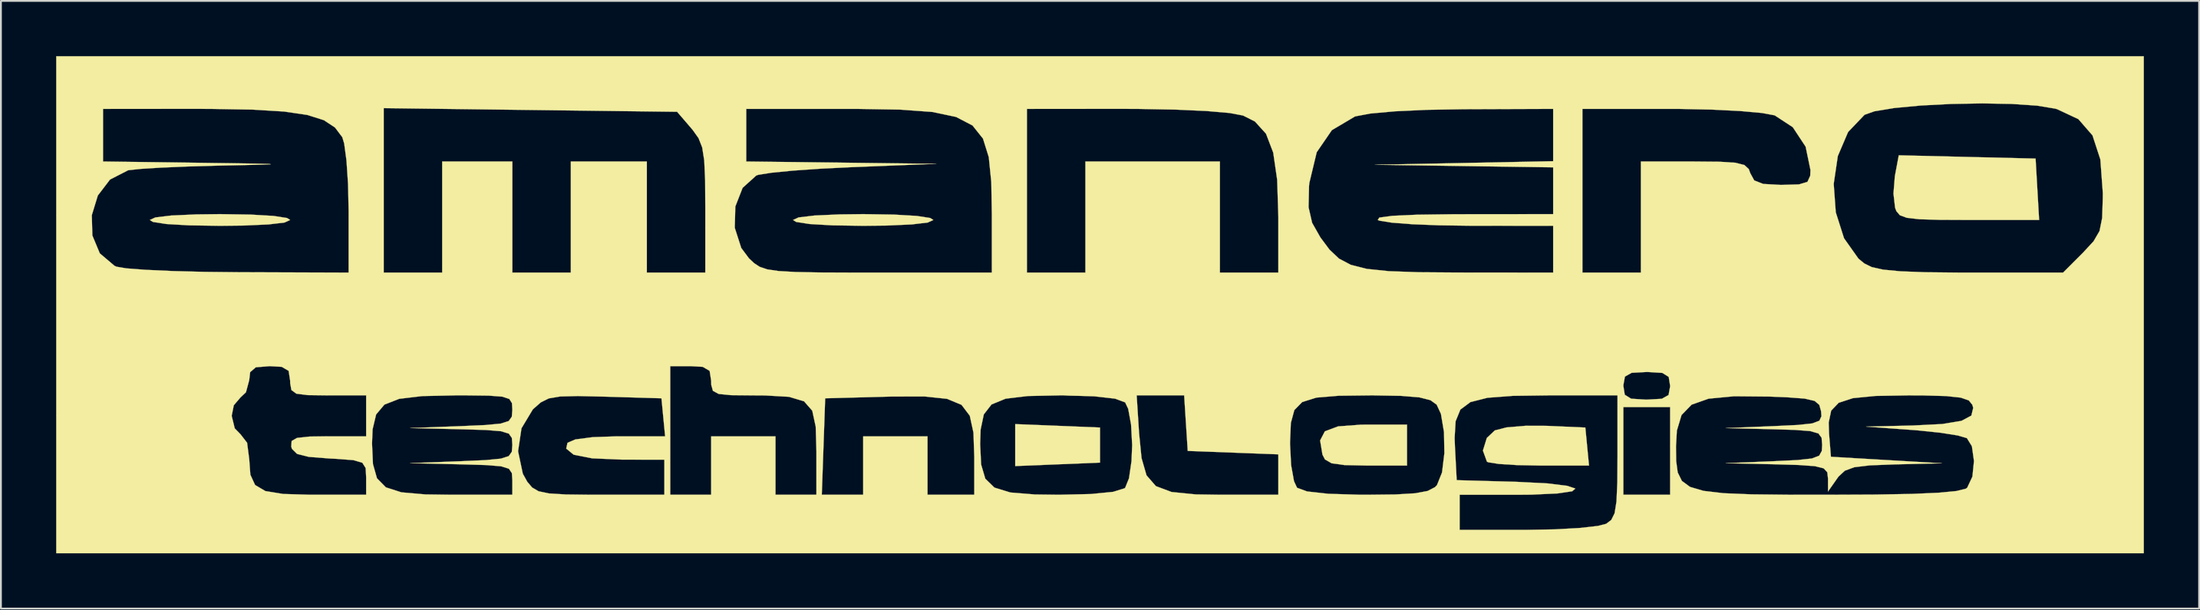
<source format=kicad_pcb>
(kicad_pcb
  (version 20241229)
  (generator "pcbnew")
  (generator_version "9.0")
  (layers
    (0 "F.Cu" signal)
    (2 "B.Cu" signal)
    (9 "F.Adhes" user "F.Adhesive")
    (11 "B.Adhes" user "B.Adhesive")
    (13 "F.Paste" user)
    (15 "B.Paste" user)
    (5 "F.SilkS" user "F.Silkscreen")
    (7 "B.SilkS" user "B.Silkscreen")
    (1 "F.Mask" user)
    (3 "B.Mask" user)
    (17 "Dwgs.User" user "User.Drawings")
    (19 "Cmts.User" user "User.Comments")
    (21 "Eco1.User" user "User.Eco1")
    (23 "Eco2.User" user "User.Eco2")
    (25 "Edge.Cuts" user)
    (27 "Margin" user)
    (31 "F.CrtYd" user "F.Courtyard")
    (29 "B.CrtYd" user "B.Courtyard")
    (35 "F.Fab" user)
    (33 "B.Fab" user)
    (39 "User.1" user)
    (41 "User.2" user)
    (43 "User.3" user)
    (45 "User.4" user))
  (footprint "AmaneoLogoInv"
    (layer "F.Cu")
    (at 56.52 13.34)
    (property "Reference" "AmaneoLogoInv" (at 0 0 0) (layer "F.SilkS") (effects (font (size 1.524 1.524) (thickness 0.3))))
    (attr through_hole)
    (fp_poly (pts (xy 0.159 6.826) (xy 0.159 8.731) (xy -2.143 8.825) (xy -4.445 8.918) (xy -4.445 6.64) (xy 0.159 6.826)) (stroke (width 0.01) (type solid)) (fill yes) (layer "F.SilkS"))
    (fp_poly (pts (xy 16.828 8.89) (xy 14.626 8.89) (xy 13.435 8.865) (xy 12.732 8.767) (xy 12.372 8.558) (xy 12.238 8.3) (xy 12.11 7.527) (xy 12.368 7.031) (xy 13.085 6.763) (xy 14.337 6.67) (xy 14.639 6.668) (xy 16.828 6.668) (xy 16.828 8.89)) (stroke (width 0.01) (type solid)) (fill yes) (layer "F.SilkS"))
    (fp_poly (pts (xy 24.374 6.733) (xy 26.511 6.826) (xy 26.71 8.89) (xy 24.044 8.89) (xy 22.799 8.866) (xy 21.809 8.803) (xy 21.237 8.713) (xy 21.167 8.678) (xy 20.949 8.078) (xy 21.161 7.393) (xy 21.596 6.982) (xy 22.236 6.818) (xy 23.273 6.73) (xy 24.374 6.733)) (stroke (width 0.01) (type solid)) (fill yes) (layer "F.SilkS"))
    (fp_poly (pts (xy 47.244 -7.868) (xy 50.959 -7.779) (xy 51.151 -4.445) (xy 47.345 -4.445) (xy 45.733 -4.452) (xy 44.644 -4.485) (xy 43.967 -4.562) (xy 43.59 -4.701) (xy 43.401 -4.922) (xy 43.33 -5.108) (xy 43.242 -5.878) (xy 43.318 -6.828) (xy 43.325 -6.864) (xy 43.53 -7.957) (xy 47.244 -7.868)) (stroke (width 0.01) (type solid)) (fill yes) (layer "F.SilkS"))
    (fp_poly (pts (xy -45.953 -4.737) (xy -44.715 -4.665) (xy -43.985 -4.552) (xy -43.815 -4.445) (xy -44.12 -4.306) (xy -44.987 -4.203) (xy -46.343 -4.142) (xy -47.625 -4.128) (xy -49.297 -4.153) (xy -50.535 -4.225) (xy -51.265 -4.338) (xy -51.435 -4.445) (xy -51.13 -4.584) (xy -50.263 -4.687) (xy -48.907 -4.748) (xy -47.625 -4.763) (xy -45.953 -4.737)) (stroke (width 0.01) (type solid)) (fill yes) (layer "F.SilkS"))
    (fp_poly (pts (xy -11.028 -4.737) (xy -9.79 -4.665) (xy -9.06 -4.552) (xy -8.89 -4.445) (xy -9.195 -4.306) (xy -10.062 -4.203) (xy -11.418 -4.142) (xy -12.7 -4.128) (xy -14.372 -4.153) (xy -15.61 -4.225) (xy -16.34 -4.338) (xy -16.51 -4.445) (xy -16.205 -4.584) (xy -15.338 -4.687) (xy -13.982 -4.748) (xy -12.7 -4.763) (xy -11.028 -4.737)) (stroke (width 0.01) (type solid)) (fill yes) (layer "F.SilkS"))
    (fp_poly (pts (xy 56.833 13.652) (xy -56.515 13.652) (xy -56.515 6.191) (xy -46.99 6.191) (xy -46.824 6.871) (xy -46.514 7.188) (xy -46.153 7.653) (xy -46.038 8.543) (xy -45.976 9.388) (xy -45.719 9.946) (xy -45.162 10.275) (xy -44.198 10.433) (xy -42.721 10.477) (xy -42.481 10.477) (xy -39.688 10.477) (xy -39.688 9.54) (xy -39.715 9.028) (xy -39.896 8.739) (xy -40.376 8.597) (xy -41.303 8.526) (xy -41.669 8.508) (xy -42.804 8.419) (xy -43.441 8.258) (xy -43.719 7.983) (xy -43.756 7.858) (xy -43.744 7.692) (xy -39.37 7.692) (xy -39.319 8.81) (xy -39.101 9.582) (xy -38.618 10.073) (xy -37.774 10.344) (xy -36.472 10.458) (xy -35.035 10.477) (xy -31.75 10.477) (xy -31.75 9.684) (xy -31.776 9.303) (xy -31.936 9.065) (xy -32.354 8.932) (xy -33.154 8.865) (xy -34.46 8.826) (xy -34.528 8.825) (xy -37.306 8.759) (xy -34.528 8.654) (xy -33.198 8.595) (xy -32.379 8.516) (xy -31.947 8.378) (xy -31.779 8.142) (xy -31.777 8.115) (xy -31.44 8.115) (xy -31.182 9.334) (xy -30.938 9.772) (xy -30.675 10.083) (xy -30.324 10.287) (xy -29.756 10.405) (xy -28.845 10.461) (xy -27.462 10.477) (xy -26.969 10.477) (xy -23.495 10.477) (xy -23.495 8.572) (xy -25.797 8.568) (xy -27.415 8.499) (xy -28.422 8.301) (xy -28.826 7.969) (xy -28.756 7.655) (xy -28.33 7.472) (xy -27.391 7.349) (xy -26.057 7.303) (xy -25.996 7.303) (xy -23.455 7.303) (xy -23.654 5.239) (xy -26.752 5.148) (xy -28.193 5.116) (xy -29.148 5.139) (xy -29.769 5.244) (xy -30.204 5.459) (xy -30.603 5.81) (xy -30.642 5.848) (xy -31.254 6.867) (xy -31.44 8.115) (xy -31.777 8.115) (xy -31.75 7.766) (xy -31.777 7.392) (xy -31.942 7.157) (xy -32.367 7.026) (xy -33.177 6.96) (xy -34.496 6.92) (xy -34.528 6.92) (xy -37.306 6.854) (xy -34.528 6.749) (xy -33.198 6.69) (xy -32.379 6.611) (xy -31.947 6.473) (xy -31.779 6.237) (xy -31.75 5.861) (xy -31.771 5.504) (xy -31.914 5.276) (xy -32.294 5.149) (xy -33.03 5.094) (xy -34.239 5.08) (xy -34.854 5.08) (xy -36.643 5.118) (xy -37.892 5.267) (xy -38.696 5.581) (xy -39.147 6.116) (xy -39.339 6.923) (xy -39.37 7.692) (xy -43.744 7.692) (xy -43.735 7.558) (xy -43.445 7.39) (xy -42.756 7.316) (xy -41.775 7.303) (xy -39.688 7.303) (xy -39.688 5.08) (xy -41.751 5.08) (xy -42.861 5.066) (xy -43.479 4.988) (xy -43.748 4.789) (xy -43.814 4.416) (xy -43.815 4.286) (xy -43.898 3.749) (xy -44.272 3.53) (xy -44.926 3.493) (xy -23.177 3.493) (xy -23.177 10.477) (xy -20.955 10.477) (xy -20.955 7.303) (xy -17.462 7.303) (xy -17.462 10.477) (xy -15.24 10.477) (xy -14.948 10.477) (xy -12.7 10.477) (xy -12.7 7.303) (xy -9.207 7.303) (xy -9.207 10.477) (xy -6.668 10.477) (xy -6.668 8.414) (xy -6.692 7.724) (xy -6.35 7.724) (xy -6.296 8.836) (xy -6.07 9.603) (xy -5.573 10.087) (xy -4.708 10.353) (xy -3.378 10.461) (xy -2.078 10.477) (xy -0.335 10.437) (xy 0.869 10.318) (xy 1.489 10.126) (xy 1.524 10.097) (xy 1.732 9.584) (xy 1.869 8.649) (xy 1.905 7.779) (xy 1.845 6.664) (xy 1.688 5.808) (xy 1.524 5.461) (xy 0.98 5.259) (xy -0.148 5.131) (xy -1.811 5.08) (xy -2.023 5.08) (xy 2.149 5.08) (xy 2.279 7.126) (xy 2.414 8.486) (xy 2.684 9.421) (xy 3.194 10.008) (xy 4.048 10.327) (xy 5.351 10.457) (xy 6.717 10.477) (xy 9.842 10.477) (xy 9.842 8.282) (xy 4.921 8.096) (xy 4.898 7.726) (xy 10.477 7.726) (xy 10.536 8.87) (xy 10.692 9.739) (xy 10.858 10.097) (xy 11.404 10.296) (xy 12.552 10.424) (xy 14.273 10.476) (xy 14.63 10.477) (xy 16.211 10.46) (xy 17.277 10.396) (xy 17.948 10.27) (xy 18.343 10.066) (xy 18.455 9.952) (xy 18.73 9.265) (xy 18.857 8.22) (xy 18.842 7.389) (xy 19.413 7.389) (xy 19.432 7.887) (xy 19.526 9.684) (xy 22.781 9.774) (xy 24.459 9.86) (xy 25.523 9.99) (xy 25.97 10.14) (xy 25.798 10.287) (xy 25.002 10.405) (xy 23.582 10.471) (xy 22.86 10.477) (xy 19.685 10.477) (xy 19.685 12.383) (xy 23.357 12.383) (xy 24.876 12.355) (xy 26.204 12.28) (xy 27.187 12.17) (xy 27.643 12.054) (xy 27.921 11.842) (xy 28.1 11.48) (xy 28.202 10.844) (xy 28.248 9.811) (xy 28.258 8.403) (xy 28.258 5.715) (xy 28.575 5.715) (xy 28.575 10.477) (xy 31.115 10.477) (xy 31.115 7.856) (xy 31.433 7.856) (xy 31.444 8.65) (xy 31.527 9.265) (xy 31.753 9.724) (xy 32.195 10.049) (xy 32.924 10.264) (xy 34.012 10.392) (xy 35.531 10.454) (xy 37.553 10.475) (xy 39.673 10.477) (xy 42.256 10.466) (xy 44.25 10.43) (xy 45.701 10.366) (xy 46.657 10.274) (xy 47.163 10.15) (xy 47.244 10.096) (xy 47.528 9.492) (xy 47.613 8.644) (xy 47.501 7.843) (xy 47.228 7.401) (xy 46.739 7.258) (xy 45.798 7.109) (xy 44.589 6.983) (xy 44.291 6.959) (xy 41.751 6.775) (xy 44.291 6.716) (xy 45.895 6.635) (xy 46.933 6.463) (xy 47.47 6.178) (xy 47.572 5.758) (xy 47.522 5.588) (xy 47.33 5.353) (xy 46.894 5.202) (xy 46.102 5.117) (xy 44.841 5.083) (xy 44.044 5.08) (xy 42.272 5.11) (xy 41.044 5.23) (xy 40.269 5.482) (xy 39.859 5.91) (xy 39.724 6.557) (xy 39.744 7.156) (xy 39.846 8.414) (xy 45.879 8.768) (xy 43.277 8.829) (xy 41.956 8.88) (xy 41.116 8.981) (xy 40.602 9.17) (xy 40.261 9.487) (xy 40.182 9.596) (xy 39.688 10.301) (xy 39.688 9.596) (xy 39.649 9.256) (xy 39.453 9.043) (xy 38.974 8.923) (xy 38.09 8.86) (xy 36.909 8.825) (xy 34.131 8.761) (xy 36.751 8.654) (xy 38.034 8.592) (xy 38.811 8.507) (xy 39.207 8.356) (xy 39.351 8.095) (xy 39.37 7.766) (xy 39.34 7.382) (xy 39.166 7.147) (xy 38.72 7.018) (xy 37.875 6.954) (xy 36.751 6.92) (xy 34.131 6.856) (xy 36.771 6.748) (xy 38.06 6.686) (xy 38.835 6.602) (xy 39.218 6.457) (xy 39.331 6.214) (xy 39.311 5.94) (xy 39.215 5.597) (xy 38.961 5.381) (xy 38.419 5.255) (xy 37.459 5.183) (xy 36.513 5.145) (xy 34.587 5.128) (xy 33.205 5.259) (xy 32.282 5.584) (xy 31.735 6.148) (xy 31.481 6.993) (xy 31.433 7.856) (xy 31.115 7.856) (xy 31.115 5.715) (xy 28.575 5.715) (xy 28.258 5.715) (xy 28.258 5.08) (xy 24.518 5.08) (xy 22.584 5.105) (xy 21.198 5.21) (xy 20.273 5.444) (xy 19.725 5.853) (xy 19.467 6.486) (xy 19.413 7.389) (xy 18.842 7.389) (xy 18.836 7.073) (xy 18.67 6.083) (xy 18.439 5.585) (xy 18.101 5.341) (xy 17.494 5.187) (xy 16.501 5.106) (xy 15.002 5.08) (xy 14.863 5.08) (xy 13.118 5.1) (xy 11.909 5.201) (xy 11.139 5.442) (xy 10.709 5.881) (xy 10.521 6.578) (xy 10.478 7.593) (xy 10.477 7.726) (xy 4.898 7.726) (xy 4.824 6.588) (xy 4.728 5.08) (xy 2.149 5.08) (xy -2.023 5.08) (xy -3.763 5.115) (xy -4.967 5.26) (xy -5.731 5.573) (xy -6.151 6.113) (xy -6.324 6.939) (xy -6.35 7.724) (xy -6.692 7.724) (xy -6.713 7.103) (xy -6.913 6.185) (xy -7.36 5.595) (xy -8.147 5.268) (xy -9.369 5.139) (xy -11.118 5.143) (xy -11.361 5.149) (xy -14.764 5.239) (xy -14.856 7.858) (xy -14.948 10.477) (xy -15.24 10.477) (xy -15.24 8.107) (xy -15.278 6.781) (xy -15.466 5.911) (xy -15.913 5.402) (xy -16.729 5.158) (xy -18.025 5.084) (xy -18.712 5.08) (xy -19.879 5.069) (xy -20.55 5.002) (xy -20.861 4.831) (xy -20.936 4.56) (xy 28.575 4.56) (xy 28.652 5.045) (xy 29 5.261) (xy 29.797 5.311) (xy 29.845 5.311) (xy 30.665 5.265) (xy 31.03 5.06) (xy 31.115 4.589) (xy 31.115 4.56) (xy 31.038 4.076) (xy 30.69 3.86) (xy 29.893 3.81) (xy 29.845 3.81) (xy 29.025 3.855) (xy 28.66 4.061) (xy 28.575 4.532) (xy 28.575 4.56) (xy -20.936 4.56) (xy -20.95 4.507) (xy -20.955 4.286) (xy -21.038 3.749) (xy -21.412 3.53) (xy -22.066 3.493) (xy -23.177 3.493) (xy -44.926 3.493) (xy -45.68 3.554) (xy -45.988 3.821) (xy -46.038 4.252) (xy -46.215 4.911) (xy -46.514 5.195) (xy -46.875 5.617) (xy -46.99 6.191) (xy -56.515 6.191) (xy -56.515 -4.706) (xy -54.585 -4.706) (xy -54.555 -3.603) (xy -54.15 -2.632) (xy -53.35 -1.955) (xy -53.24 -1.907) (xy -52.711 -1.818) (xy -51.661 -1.738) (xy -50.204 -1.672) (xy -48.454 -1.627) (xy -46.593 -1.608) (xy -40.64 -1.587) (xy -38.735 -1.587) (xy -35.56 -1.587) (xy -35.56 -7.62) (xy -31.75 -7.62) (xy -31.75 -1.587) (xy -28.575 -1.587) (xy -28.575 -7.62) (xy -24.448 -7.62) (xy -24.448 -1.587) (xy -21.273 -1.587) (xy -21.273 -4.021) (xy -19.674 -4.021) (xy -19.321 -2.925) (xy -18.906 -2.367) (xy -18.622 -2.1) (xy -18.321 -1.902) (xy -17.909 -1.763) (xy -17.292 -1.672) (xy -16.377 -1.62) (xy -15.07 -1.595) (xy -13.278 -1.588) (xy -11.921 -1.587) (xy -5.715 -1.587) (xy -5.715 -4.748) (xy -5.744 -6.502) (xy -5.881 -7.857) (xy -6.196 -8.863) (xy -6.763 -9.574) (xy -7.655 -10.039) (xy -8.942 -10.31) (xy -10.698 -10.438) (xy -12.996 -10.476) (xy -13.78 -10.477) (xy -3.81 -10.477) (xy -3.81 -1.587) (xy -0.635 -1.587) (xy -0.635 -7.62) (xy 6.668 -7.62) (xy 6.668 -1.587) (xy 9.842 -1.587) (xy 9.842 -4.614) (xy 9.826 -5.132) (xy 11.483 -5.132) (xy 11.677 -4.288) (xy 12.126 -3.497) (xy 12.617 -2.838) (xy 13.132 -2.35) (xy 13.775 -2.01) (xy 14.646 -1.789) (xy 15.847 -1.664) (xy 17.481 -1.607) (xy 19.606 -1.592) (xy 24.765 -1.587) (xy 24.765 -4.128) (xy 20.241 -4.132) (xy 18.578 -4.155) (xy 17.12 -4.213) (xy 15.996 -4.3) (xy 15.335 -4.406) (xy 15.24 -4.445) (xy 15.323 -4.575) (xy 16.032 -4.67) (xy 17.369 -4.731) (xy 19.336 -4.757) (xy 19.764 -4.758) (xy 24.765 -4.763) (xy 24.765 -7.303) (xy 19.923 -7.373) (xy 15.081 -7.443) (xy 19.923 -7.54) (xy 24.765 -7.637) (xy 24.765 -10.477) (xy 26.352 -10.477) (xy 26.352 -1.587) (xy 29.527 -1.587) (xy 29.527 -7.62) (xy 32.415 -7.62) (xy 33.791 -7.608) (xy 34.659 -7.553) (xy 35.148 -7.429) (xy 35.385 -7.21) (xy 35.468 -6.985) (xy 35.682 -6.593) (xy 36.17 -6.402) (xy 37.105 -6.35) (xy 37.185 -6.35) (xy 38.112 -6.377) (xy 38.208 -6.405) (xy 39.997 -6.405) (xy 40.109 -4.862) (xy 40.558 -3.452) (xy 41.342 -2.345) (xy 41.661 -2.083) (xy 42.062 -1.887) (xy 42.681 -1.748) (xy 43.617 -1.658) (xy 44.965 -1.607) (xy 46.826 -1.588) (xy 47.41 -1.587) (xy 52.451 -1.587) (xy 53.531 -2.667) (xy 54.107 -3.289) (xy 54.431 -3.847) (xy 54.574 -4.558) (xy 54.608 -5.642) (xy 54.609 -5.921) (xy 54.476 -7.731) (xy 54.049 -9.037) (xy 53.282 -9.92) (xy 52.13 -10.46) (xy 52.02 -10.491) (xy 51.041 -10.653) (xy 49.673 -10.746) (xy 48.065 -10.775) (xy 46.365 -10.745) (xy 44.723 -10.66) (xy 43.288 -10.525) (xy 42.208 -10.346) (xy 41.672 -10.157) (xy 40.778 -9.221) (xy 40.22 -7.915) (xy 39.997 -6.405) (xy 38.208 -6.405) (xy 38.57 -6.514) (xy 38.722 -6.847) (xy 38.735 -7.16) (xy 38.473 -8.424) (xy 37.775 -9.483) (xy 36.792 -10.126) (xy 36.106 -10.254) (xy 34.924 -10.361) (xy 33.387 -10.438) (xy 31.633 -10.475) (xy 31.068 -10.477) (xy 26.352 -10.477) (xy 24.765 -10.477) (xy 19.923 -10.46) (xy 17.899 -10.426) (xy 16.168 -10.345) (xy 14.842 -10.225) (xy 14.031 -10.073) (xy 14 -10.063) (xy 12.748 -9.322) (xy 11.925 -8.122) (xy 11.524 -6.452) (xy 11.508 -6.284) (xy 11.483 -5.132) (xy 9.826 -5.132) (xy 9.778 -6.627) (xy 9.564 -8.103) (xy 9.171 -9.13) (xy 8.569 -9.793) (xy 7.924 -10.117) (xy 7.2 -10.253) (xy 5.944 -10.362) (xy 4.262 -10.438) (xy 2.258 -10.475) (xy 1.54 -10.478) (xy -3.81 -10.477) (xy -13.78 -10.477) (xy -19.05 -10.477) (xy -19.05 -7.62) (xy -8.731 -7.495) (xy -13.335 -7.312) (xy -15.021 -7.229) (xy -16.512 -7.125) (xy -17.676 -7.011) (xy -18.384 -6.899) (xy -18.503 -6.861) (xy -19.247 -6.19) (xy -19.643 -5.176) (xy -19.674 -4.021) (xy -21.273 -4.021) (xy -21.273 -5.062) (xy -21.283 -6.615) (xy -21.331 -7.675) (xy -21.442 -8.384) (xy -21.64 -8.887) (xy -21.951 -9.324) (xy -22.038 -9.428) (xy -22.804 -10.319) (xy -30.77 -10.418) (xy -38.735 -10.518) (xy -38.735 -1.587) (xy -40.64 -1.587) (xy -40.64 -4.942) (xy -40.672 -6.402) (xy -40.757 -7.674) (xy -40.881 -8.594) (xy -40.983 -8.938) (xy -41.38 -9.466) (xy -41.985 -9.864) (xy -42.879 -10.147) (xy -44.143 -10.333) (xy -45.858 -10.438) (xy -48.106 -10.476) (xy -48.726 -10.478) (xy -53.975 -10.477) (xy -53.975 -7.62) (xy -48.816 -7.551) (xy -46.92 -7.525) (xy -45.641 -7.505) (xy -44.961 -7.488) (xy -44.862 -7.47) (xy -45.326 -7.451) (xy -46.335 -7.425) (xy -47.784 -7.394) (xy -49.4 -7.348) (xy -50.836 -7.287) (xy -51.945 -7.218) (xy -52.582 -7.149) (xy -52.617 -7.142) (xy -53.596 -6.64) (xy -54.258 -5.773) (xy -54.585 -4.706) (xy -56.515 -4.706) (xy -56.515 -13.335) (xy 56.833 -13.335) (xy 56.833 13.652)) (stroke (width 0.01) (type solid)) (fill yes) (layer "F.SilkS")))
  (gr_rect
    (start -3 -3)
    (end 116.358 29.997)
    (stroke (width 0.1) (type default))
    (fill no)
    (layer "Edge.Cuts")))
</source>
